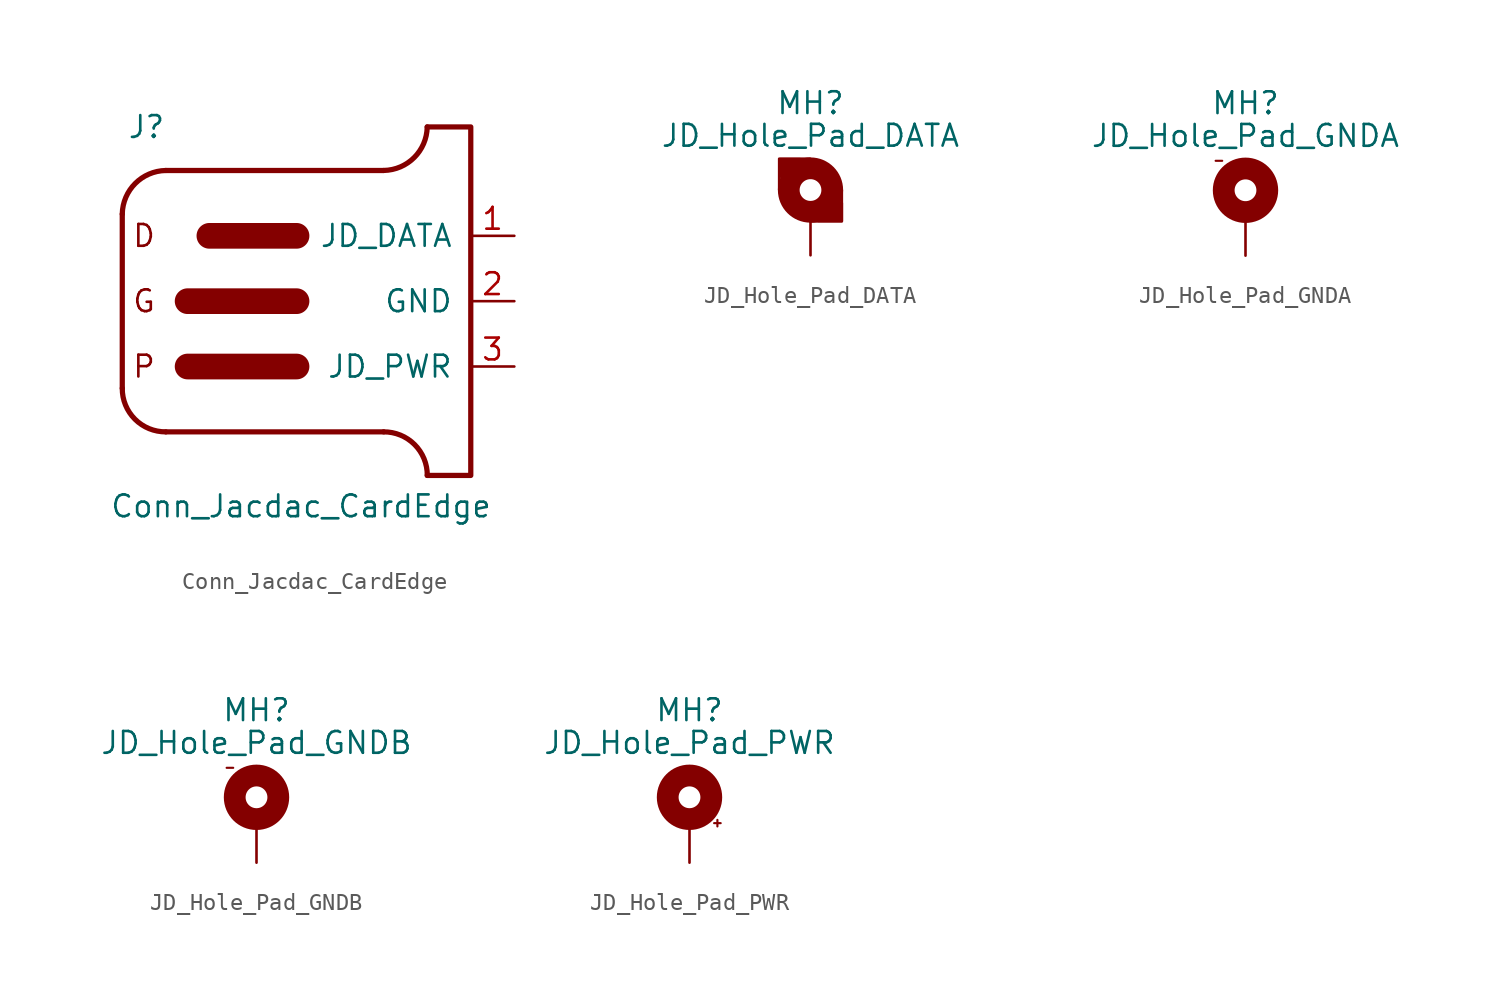
<source format=kicad_sym>
(kicad_symbol_lib
  (version 20210331)
  (generator kicad_symbol_editor)
  (symbol "Conn_Jacdac_CardEdge"
    (pin_names
      (offset 1.016))
    (property "Reference" "J"
      (at -8.89 10.16 0)
      (effects (font (size 1.27 1.27)) (justify right)))
    (property "Value" "Conn_Jacdac_CardEdge"
      (at 10.16 -12.7 0)
      (effects (font (size 1.27 1.27)) (justify right bottom)))
    (symbol "Conn_Jacdac_CardEdge_0_0"
      (text "D" (at -10.16 3.81 0) (effects (font (size 1.27 1.27))))
      (text "G" (at -10.16 0 0) (effects (font (size 1.27 1.27))))
      (text "P" (at -10.16 -3.81 0) (effects (font (size 1.27 1.27)))))
    (symbol "Conn_Jacdac_CardEdge_0_1"
      (arc (start -11.43 -5.08) (mid -10.6877 -6.8849) (end -8.89 -7.62) (stroke (width 0.3048) (type solid)) (fill (type none)))
      (arc (start -8.89 7.62) (mid -10.6697 6.8671) (end -11.43 5.08) (stroke (width 0.3048) (type solid)) (fill (type none)))
      (rectangle (start -7.62 -3.81) (end -1.27 -3.81) (stroke (width 1.499) (type solid)) (fill (type none)))
      (rectangle (start -7.62 0) (end -1.27 0) (stroke (width 1.499) (type solid)) (fill (type none)))
      (rectangle (start -6.35 3.81) (end -1.27 3.81) (stroke (width 1.499) (type solid)) (fill (type none)))
      (polyline (pts (xy -11.43 5.08) (xy -11.43 -5.08)) (stroke (width 0.305) (type solid)) (fill (type none)))
      (polyline (pts (xy -8.89 -7.62) (xy 3.81 -7.62)) (stroke (width 0.305) (type solid)) (fill (type none)))
      (polyline (pts (xy -8.89 7.62) (xy 3.81 7.62)) (stroke (width 0.305) (type solid)) (fill (type none)))
      (polyline (pts (xy 6.35 10.16) (xy 8.89 10.16) (xy 8.89 -10.16) (xy 6.35 -10.16)) (stroke (width 0.305) (type solid)) (fill (type none)))
      (arc (start 3.81 7.62) (mid 5.5897 8.3729) (end 6.35 10.16) (stroke (width 0.3048) (type solid)) (fill (type none)))
      (arc (start 6.35 -10.16) (mid 5.6077 -8.3551) (end 3.81 -7.62) (stroke (width 0.3048) (type solid)) (fill (type none))))
    (symbol "Conn_Jacdac_CardEdge_1_1"
      (pin bidirectional line (at 11.43 3.81 180) (length 2.54) (name "JD_DATA" (effects (font (size 1.27 1.27)))) (number "1" (effects (font (size 1.27 1.27)))))
      (pin power_in line (at 11.43 0 180) (length 2.54) (name "GND" (effects (font (size 1.27 1.27)))) (number "2" (effects (font (size 1.27 1.27)))))
      (pin power_out line (at 11.43 -3.81 180) (length 2.54) (name "JD_PWR" (effects (font (size 1.27 1.27)))) (number "3" (effects (font (size 1.27 1.27)))))))
  (symbol "JD_Hole_Pad_DATA"
    (pin_numbers hide)
    (pin_names
      (offset 1.016) hide)
    (property "Reference" "MH"
      (at 0 6.35 0)
      (effects (font (size 1.27 1.27))))
    (property "Value" "JD_Hole_Pad_DATA"
      (at 0 4.445 0)
      (effects (font (size 1.27 1.27))))
    (symbol "JD_Hole_Pad_DATA_0_1"
      (rectangle (start -1.778 3.073) (end -0.61 2.057) (stroke (width 0) (type default)) (fill (type outline)))
      (polyline (pts (xy -1.829 1.295) (xy -1.829 3.099) (xy -0.025 3.099) (xy -1.753 1.27)) (stroke (width 0) (type default)) (fill (type none)))
      (polyline (pts (xy -0.025 -0.559) (xy 1.829 -0.559) (xy 1.829 1.27) (xy 0 -0.533)) (stroke (width 0) (type default)) (fill (type none)))
      (circle (center 0 1.27) (radius 1.27) (stroke (width 1.27) (type default)) (fill (type none)))
      (rectangle (start 0.457 0.508) (end 1.829 -0.533) (stroke (width 0) (type default)) (fill (type outline))))
    (symbol "JD_Hole_Pad_DATA_1_1"
      (pin input line (at 0 -2.54 90) (length 2.54) (name "MH1" (effects (font (size 1.27 1.27)))) (number "MH1" (effects (font (size 1.27 1.27)))))))
  (symbol "JD_Hole_Pad_GNDA"
    (pin_numbers hide)
    (pin_names
      (offset 1.016) hide)
    (property "Reference" "MH"
      (at 0 6.35 0)
      (effects (font (size 1.27 1.27))))
    (property "Value" "JD_Hole_Pad_GNDA"
      (at 0 4.445 0)
      (effects (font (size 1.27 1.27))))
    (symbol "JD_Hole_Pad_GNDA_0_0"
      (text "-" (at -1.549 3.023 0) (effects (font (size 0.5 0.5)))))
    (symbol "JD_Hole_Pad_GNDA_0_1"
      (circle (center 0 1.27) (radius 1.27) (stroke (width 1.27) (type default)) (fill (type none))))
    (symbol "JD_Hole_Pad_GNDA_1_1"
      (pin input line (at 0 -2.54 90) (length 2.54) (name "MH2A" (effects (font (size 1.27 1.27)))) (number "MH2A" (effects (font (size 1.27 1.27)))))))
  (symbol "JD_Hole_Pad_GNDB"
    (pin_numbers hide)
    (pin_names
      (offset 1.016) hide)
    (property "Reference" "MH"
      (at 0 6.35 0)
      (effects (font (size 1.27 1.27))))
    (property "Value" "JD_Hole_Pad_GNDB"
      (at 0 4.445 0)
      (effects (font (size 1.27 1.27))))
    (symbol "JD_Hole_Pad_GNDB_0_0"
      (text "-" (at -1.549 3.023 0) (effects (font (size 0.5 0.5)))))
    (symbol "JD_Hole_Pad_GNDB_0_1"
      (circle (center 0 1.27) (radius 1.27) (stroke (width 1.27) (type default)) (fill (type none))))
    (symbol "JD_Hole_Pad_GNDB_1_1"
      (pin input line (at 0 -2.54 90) (length 2.54) (name "MH2B" (effects (font (size 1.27 1.27)))) (number "MH2B" (effects (font (size 1.27 1.27)))))))
  (symbol "JD_Hole_Pad_PWR"
    (pin_numbers hide)
    (pin_names
      (offset 1.016) hide)
    (property "Reference" "MH"
      (at 0 6.35 0)
      (effects (font (size 1.27 1.27))))
    (property "Value" "JD_Hole_Pad_PWR"
      (at 0 4.445 0)
      (effects (font (size 1.27 1.27))))
    (symbol "JD_Hole_Pad_PWR_0_0"
      (text "+" (at 1.626 -0.203 0) (effects (font (size 0.5 0.5)))))
    (symbol "JD_Hole_Pad_PWR_0_1"
      (circle (center 0 1.27) (radius 1.27) (stroke (width 1.27) (type default)) (fill (type none))))
    (symbol "JD_Hole_Pad_PWR_1_1"
      (pin input line (at 0 -2.54 90) (length 2.54) (name "MH3" (effects (font (size 1.27 1.27)))) (number "MH3" (effects (font (size 1.27 1.27))))))))
</source>
